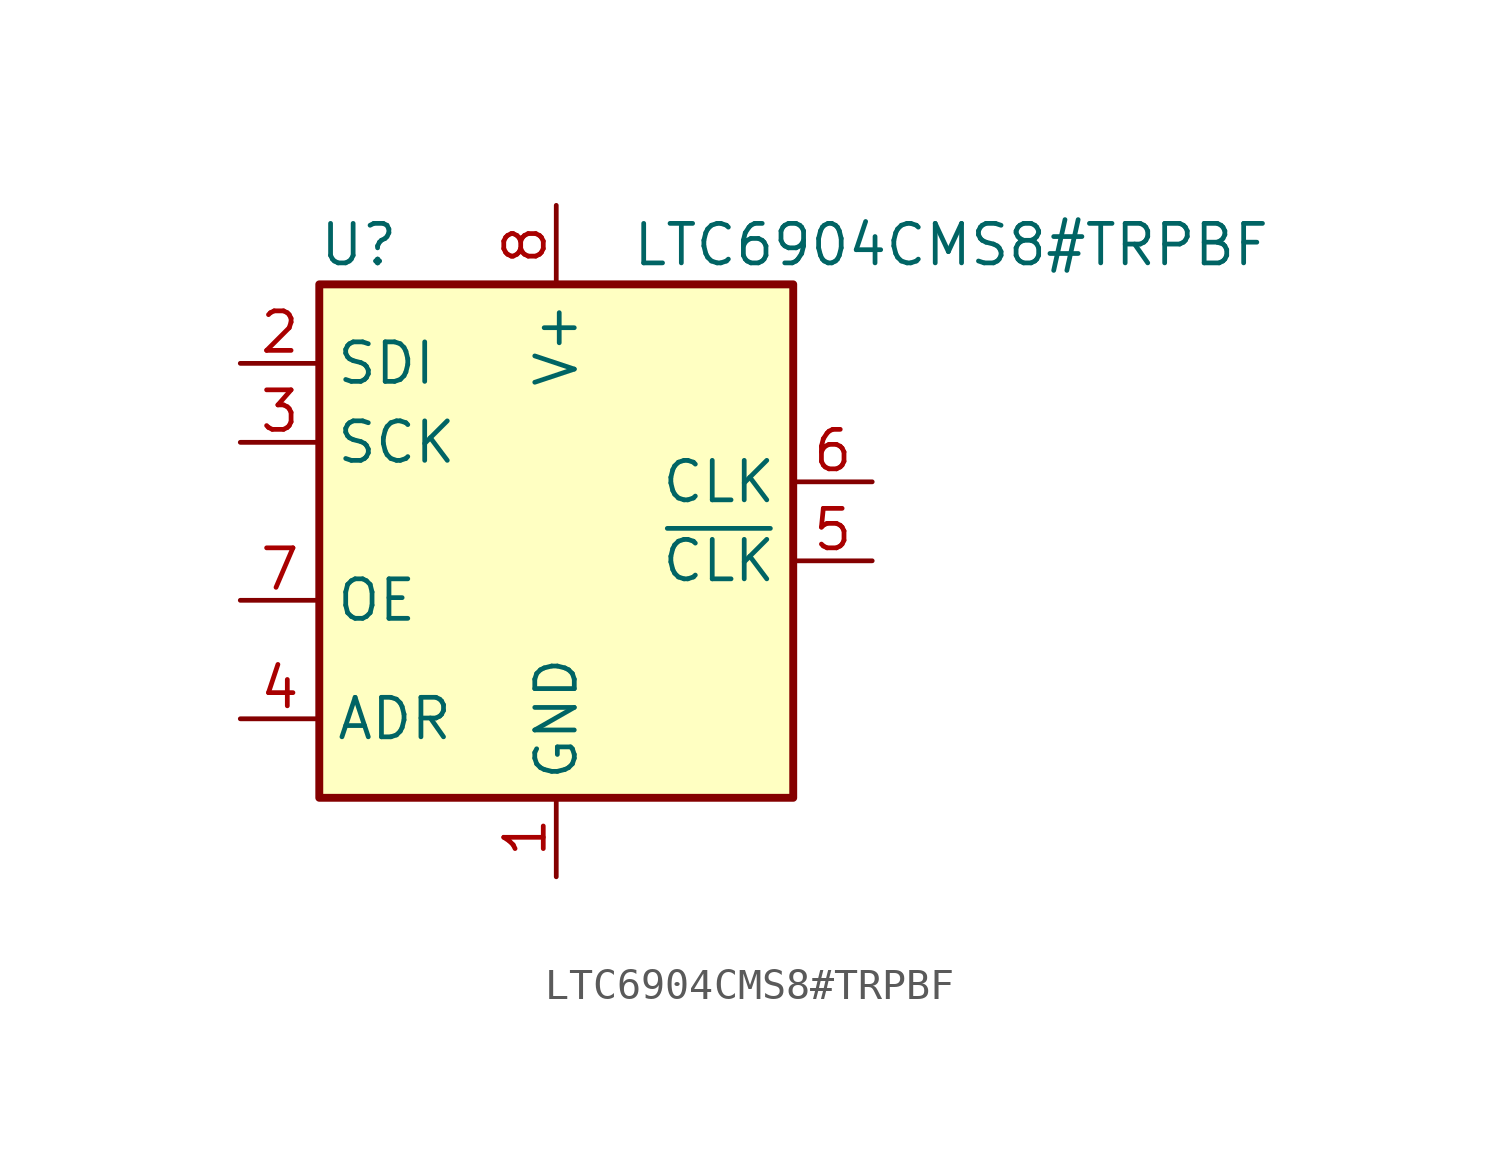
<source format=kicad_sym>
(kicad_symbol_lib
  (version 20211014)
  (generator kicad_symbol_editor)
  (symbol "LTC6904CMS8#TRPBF"
    (property "Reference" "U"
      (at -6.35 8.89 0)
      (effects (font (size 1.27 1.27))))
    (property "Value" "LTC6904CMS8#TRPBF"
      (at 12.7 8.89 0)
      (effects (font (size 1.27 1.27))))
    (symbol "LTC6904CMS8#TRPBF_1_1"
      (rectangle (start -7.62 7.62) (end 7.62 -8.89) (stroke (width 0.254) (type default) (color 0 0 0 0)) (fill (type background)))
      (pin power_in line (at 0 -11.43 90) (length 2.54) (name "GND" (effects (font (size 1.27 1.27)))) (number "1" (effects (font (size 1.27 1.27)))))
      (pin input line (at -10.16 5.08 0) (length 2.54) (name "SDI" (effects (font (size 1.27 1.27)))) (number "2" (effects (font (size 1.27 1.27)))))
      (pin input line (at -10.16 2.54 0) (length 2.54) (name "SCK" (effects (font (size 1.27 1.27)))) (number "3" (effects (font (size 1.27 1.27)))))
      (pin input line (at -10.16 -6.35 0) (length 2.54) (name "ADR" (effects (font (size 1.27 1.27)))) (number "4" (effects (font (size 1.27 1.27)))))
      (pin output line (at 10.16 -1.27 180) (length 2.54) (name "~{CLK}" (effects (font (size 1.27 1.27)))) (number "5" (effects (font (size 1.27 1.27)))))
      (pin output line (at 10.16 1.27 180) (length 2.54) (name "CLK" (effects (font (size 1.27 1.27)))) (number "6" (effects (font (size 1.27 1.27)))))
      (pin input line (at -10.16 -2.54 0) (length 2.54) (name "OE" (effects (font (size 1.27 1.27)))) (number "7" (effects (font (size 1.27 1.27)))))
      (pin power_in line (at 0 10.16 270) (length 2.54) (name "V+" (effects (font (size 1.27 1.27)))) (number "8" (effects (font (size 1.27 1.27))))))))
</source>
